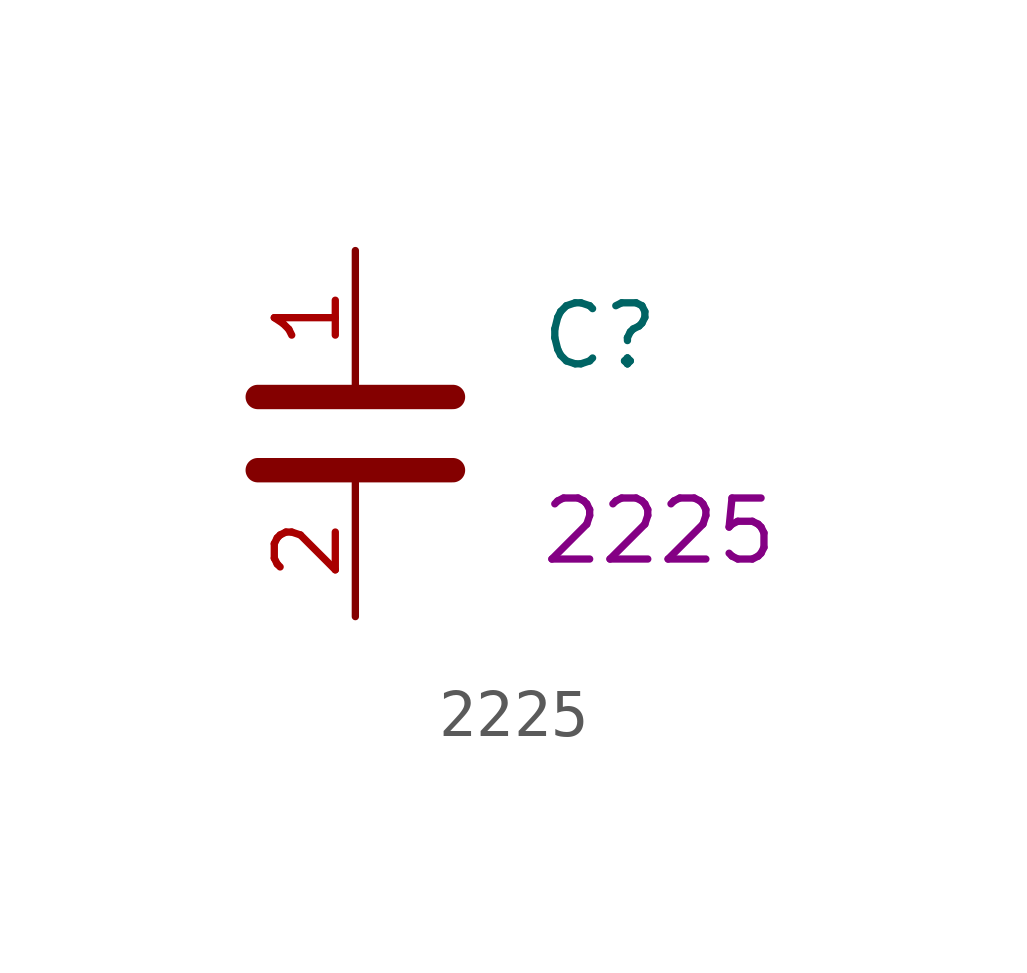
<source format=kicad_sym>
(kicad_symbol_lib
  (version 20241209)
  (generator "kicad_symbol_editor")
  (generator_version "9.0")
  (symbol "2225"
    (property "Reference" "C"
      (at 3.81 2.032 0)
      (effects (font (size 1.27 1.27)) (justify left)))
    (property "Value" ""
      (at 3.81 0 0)
      (effects (font (size 1.27 1.27)) (justify left)))
    (property "FOOTPRINT_SHORT" "2225"
      (at 3.81 -2.032 0)
      (effects (font (size 1.27 1.27)) (justify left)))
    (symbol "2225_0_1"
      (polyline (pts (xy -2.032 0.762) (xy 2.032 0.762)) (stroke (width 0.508) (type default)) (fill (type none)))
      (polyline (pts (xy -2.032 -0.762) (xy 2.032 -0.762)) (stroke (width 0.508) (type default)) (fill (type none))))
    (symbol "2225_1_1"
      (pin passive line (at 0 3.81 270) (length 2.794) (name "~" (effects (font (size 1.27 1.27)))) (number "1" (effects (font (size 1.27 1.27)))))
      (pin passive line (at 0 -3.81 90) (length 2.794) (name "~" (effects (font (size 1.27 1.27)))) (number "2" (effects (font (size 1.27 1.27))))))))
</source>
